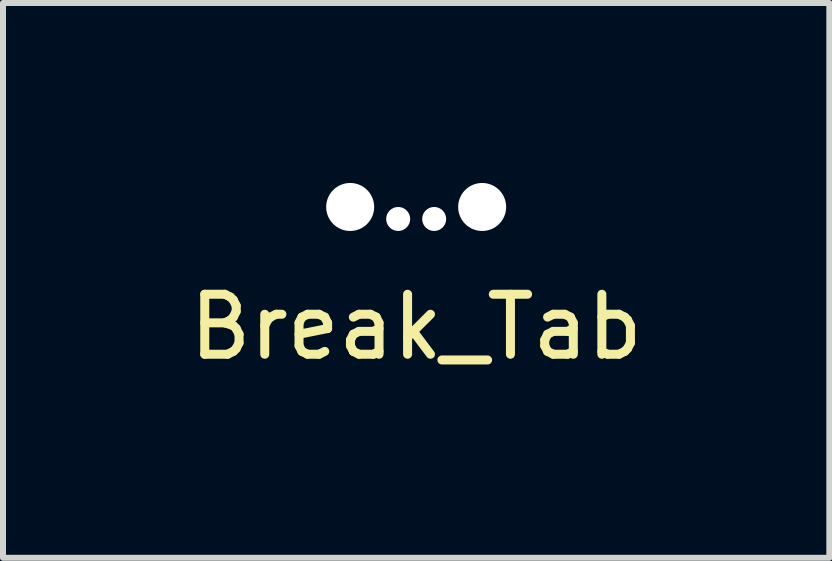
<source format=kicad_pcb>
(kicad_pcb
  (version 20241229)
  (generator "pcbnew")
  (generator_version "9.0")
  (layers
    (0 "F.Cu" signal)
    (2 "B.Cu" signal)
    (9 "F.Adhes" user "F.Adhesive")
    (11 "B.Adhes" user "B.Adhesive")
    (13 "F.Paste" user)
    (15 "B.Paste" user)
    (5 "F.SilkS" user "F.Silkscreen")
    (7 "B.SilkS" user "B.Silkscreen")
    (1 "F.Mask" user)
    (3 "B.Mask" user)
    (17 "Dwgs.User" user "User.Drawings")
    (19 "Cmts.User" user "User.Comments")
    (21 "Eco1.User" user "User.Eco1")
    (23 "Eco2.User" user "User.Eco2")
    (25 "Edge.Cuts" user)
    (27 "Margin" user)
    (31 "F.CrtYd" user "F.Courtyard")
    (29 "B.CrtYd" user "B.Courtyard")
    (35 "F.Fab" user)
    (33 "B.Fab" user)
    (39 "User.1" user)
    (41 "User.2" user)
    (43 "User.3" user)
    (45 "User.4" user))
  (footprint "Break_Tab"
    (layer "F.Cu")
    (at 3.887 0.4)
    (property "Reference" "Break_Tab" (at 0 2 0) (unlocked yes) (layer "F.SilkS") (effects (font (size 1 1) (thickness 0.15))))
    (attr through_hole)
    (pad "" np_thru_hole circle (at -1.1 0) (size 0.8 0.8) (drill 0.8) (layers "*.Cu" "*.Mask"))
    (pad "" np_thru_hole circle (at -0.3 0.2) (size 0.4 0.4) (drill 0.4) (layers "*.Cu" "*.Mask"))
    (pad "" np_thru_hole circle (at 0.3 0.2) (size 0.4 0.4) (drill 0.4) (layers "*.Cu" "*.Mask"))
    (pad "" np_thru_hole circle (at 1.1 0) (size 0.8 0.8) (drill 0.8) (layers "*.Cu" "*.Mask")))
  (gr_rect
    (start -3 -3)
    (end 10.774 6.248)
    (stroke (width 0.1) (type default))
    (fill no)
    (layer "Edge.Cuts")))
</source>
